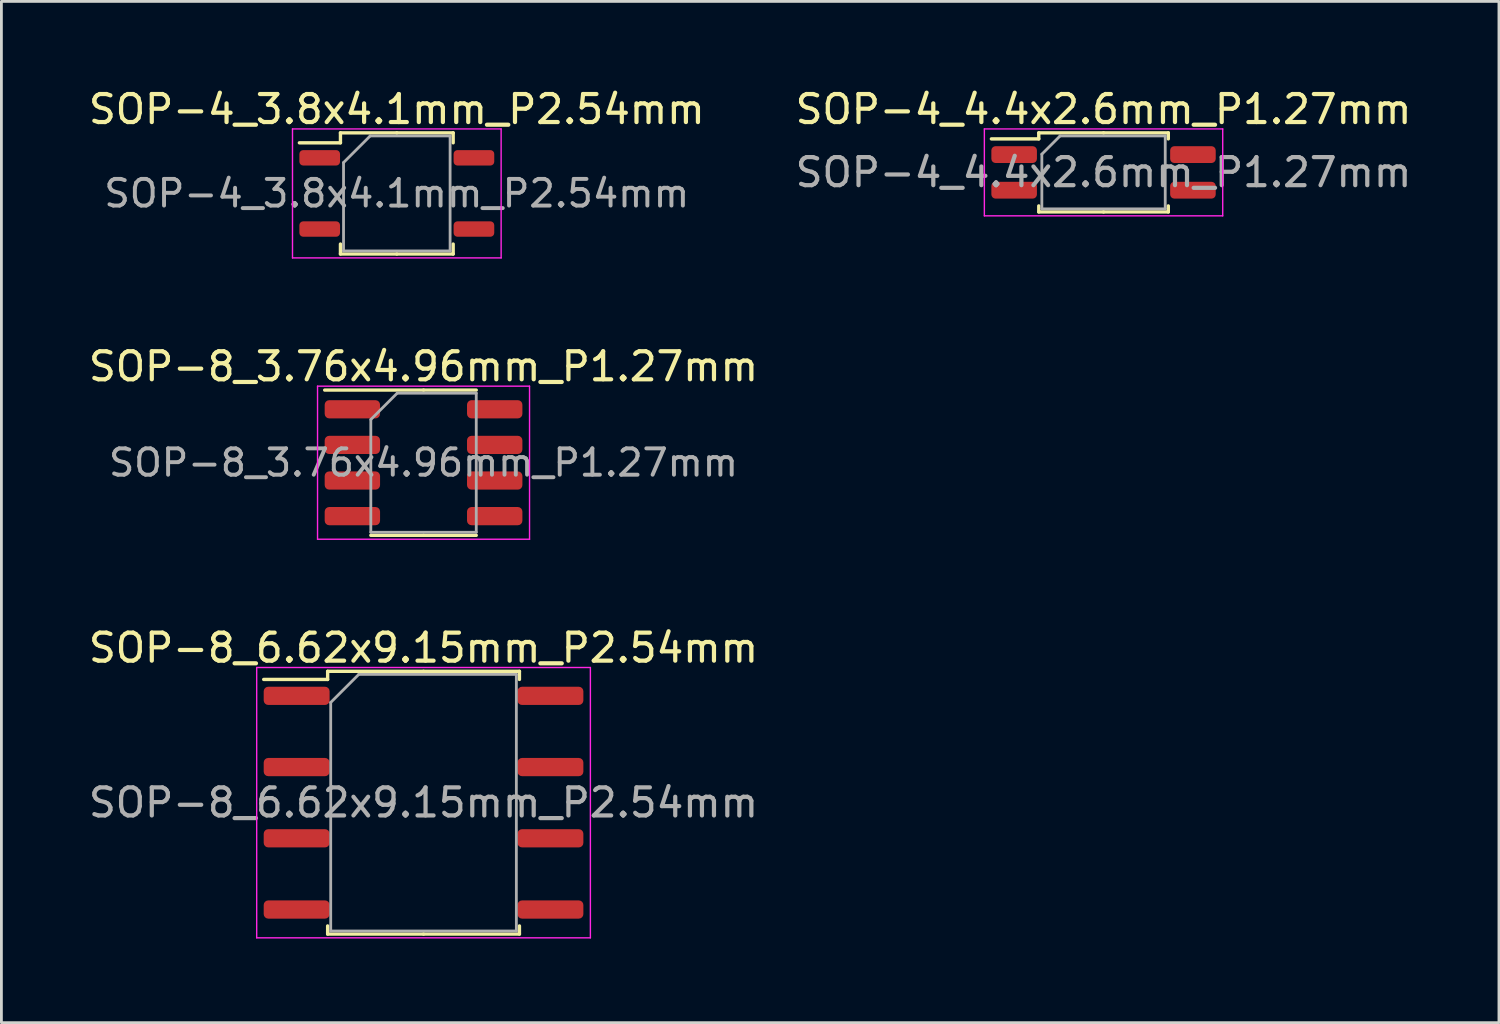
<source format=kicad_pcb>
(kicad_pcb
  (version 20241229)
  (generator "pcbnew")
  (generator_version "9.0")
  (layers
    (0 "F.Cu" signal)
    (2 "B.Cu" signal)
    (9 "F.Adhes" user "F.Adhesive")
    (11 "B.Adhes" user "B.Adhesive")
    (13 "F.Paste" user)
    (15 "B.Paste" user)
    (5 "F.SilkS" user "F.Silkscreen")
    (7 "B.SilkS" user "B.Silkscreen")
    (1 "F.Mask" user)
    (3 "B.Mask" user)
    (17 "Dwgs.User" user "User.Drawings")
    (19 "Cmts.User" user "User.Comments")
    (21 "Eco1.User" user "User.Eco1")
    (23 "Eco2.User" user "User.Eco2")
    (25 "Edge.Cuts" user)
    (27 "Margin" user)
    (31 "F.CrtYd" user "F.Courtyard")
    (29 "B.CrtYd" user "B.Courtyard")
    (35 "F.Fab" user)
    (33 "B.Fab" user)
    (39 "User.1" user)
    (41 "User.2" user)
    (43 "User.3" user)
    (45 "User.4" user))
  (footprint "SOP-8_3.76x4.96mm_P1.27mm"
    (layer "F.Cu")
    (at 12.054 13.451)
    (property "Reference" "SOP-8_3.76x4.96mm_P1.27mm" (at 0 -3.43 0) (layer "F.SilkS") (effects (font (size 1 1) (thickness 0.15))))
    (attr smd)
    (fp_line (start 0 -2.59) (end -3.525 -2.59) (stroke (width 0.12) (type solid)) (layer "F.SilkS"))
    (fp_line (start 0 -2.59) (end 1.88 -2.59) (stroke (width 0.12) (type solid)) (layer "F.SilkS"))
    (fp_line (start 0 2.59) (end -1.88 2.59) (stroke (width 0.12) (type solid)) (layer "F.SilkS"))
    (fp_line (start 0 2.59) (end 1.88 2.59) (stroke (width 0.12) (type solid)) (layer "F.SilkS"))
    (fp_line (start -3.78 -2.73) (end -3.78 2.73) (stroke (width 0.05) (type solid)) (layer "F.CrtYd"))
    (fp_line (start -3.78 2.73) (end 3.78 2.73) (stroke (width 0.05) (type solid)) (layer "F.CrtYd"))
    (fp_line (start 3.78 -2.73) (end -3.78 -2.73) (stroke (width 0.05) (type solid)) (layer "F.CrtYd"))
    (fp_line (start 3.78 2.73) (end 3.78 -2.73) (stroke (width 0.05) (type solid)) (layer "F.CrtYd"))
    (fp_line (start -1.88 -1.54) (end -0.94 -2.48) (stroke (width 0.1) (type solid)) (layer "F.Fab"))
    (fp_line (start -1.88 2.48) (end -1.88 -1.54) (stroke (width 0.1) (type solid)) (layer "F.Fab"))
    (fp_line (start -0.94 -2.48) (end 1.88 -2.48) (stroke (width 0.1) (type solid)) (layer "F.Fab"))
    (fp_line (start 1.88 -2.48) (end 1.88 2.48) (stroke (width 0.1) (type solid)) (layer "F.Fab"))
    (fp_line (start 1.88 2.48) (end -1.88 2.48) (stroke (width 0.1) (type solid)) (layer "F.Fab"))
    (fp_text user "${REFERENCE}" (at 0 0 0) (layer "F.Fab") (effects (font (size 0.94 0.94) (thickness 0.14))))
    (pad "1" smd roundrect (at -2.538 -1.905) (size 1.975 0.65) (layers "F.Cu" "F.Mask" "F.Paste") (roundrect_rratio 0.25))
    (pad "2" smd roundrect (at -2.538 -0.635) (size 1.975 0.65) (layers "F.Cu" "F.Mask" "F.Paste") (roundrect_rratio 0.25))
    (pad "3" smd roundrect (at -2.538 0.635) (size 1.975 0.65) (layers "F.Cu" "F.Mask" "F.Paste") (roundrect_rratio 0.25))
    (pad "4" smd roundrect (at -2.538 1.905) (size 1.975 0.65) (layers "F.Cu" "F.Mask" "F.Paste") (roundrect_rratio 0.25))
    (pad "5" smd roundrect (at 2.538 1.905) (size 1.975 0.65) (layers "F.Cu" "F.Mask" "F.Paste") (roundrect_rratio 0.25))
    (pad "6" smd roundrect (at 2.538 0.635) (size 1.975 0.65) (layers "F.Cu" "F.Mask" "F.Paste") (roundrect_rratio 0.25))
    (pad "7" smd roundrect (at 2.538 -0.635) (size 1.975 0.65) (layers "F.Cu" "F.Mask" "F.Paste") (roundrect_rratio 0.25))
    (pad "8" smd roundrect (at 2.538 -1.905) (size 1.975 0.65) (layers "F.Cu" "F.Mask" "F.Paste") (roundrect_rratio 0.25)))
  (footprint "SOP-8_6.62x9.15mm_P2.54mm"
    (layer "F.Cu")
    (at 12.054 25.575)
    (property "Reference" "SOP-8_6.62x9.15mm_P2.54mm" (at 0 -5.52 0) (layer "F.SilkS") (effects (font (size 1 1) (thickness 0.15))))
    (attr smd)
    (fp_line (start -3.42 -4.685) (end -3.42 -4.395) (stroke (width 0.12) (type solid)) (layer "F.SilkS"))
    (fp_line (start -3.42 -4.395) (end -5.7 -4.395) (stroke (width 0.12) (type solid)) (layer "F.SilkS"))
    (fp_line (start -3.42 4.685) (end -3.42 4.395) (stroke (width 0.12) (type solid)) (layer "F.SilkS"))
    (fp_line (start 0 -4.685) (end -3.42 -4.685) (stroke (width 0.12) (type solid)) (layer "F.SilkS"))
    (fp_line (start 0 -4.685) (end 3.42 -4.685) (stroke (width 0.12) (type solid)) (layer "F.SilkS"))
    (fp_line (start 0 4.685) (end -3.42 4.685) (stroke (width 0.12) (type solid)) (layer "F.SilkS"))
    (fp_line (start 0 4.685) (end 3.42 4.685) (stroke (width 0.12) (type solid)) (layer "F.SilkS"))
    (fp_line (start 3.42 -4.685) (end 3.42 -4.395) (stroke (width 0.12) (type solid)) (layer "F.SilkS"))
    (fp_line (start 3.42 4.685) (end 3.42 4.395) (stroke (width 0.12) (type solid)) (layer "F.SilkS"))
    (fp_line (start -5.95 -4.82) (end -5.95 4.82) (stroke (width 0.05) (type solid)) (layer "F.CrtYd"))
    (fp_line (start -5.95 4.82) (end 5.95 4.82) (stroke (width 0.05) (type solid)) (layer "F.CrtYd"))
    (fp_line (start 5.95 -4.82) (end -5.95 -4.82) (stroke (width 0.05) (type solid)) (layer "F.CrtYd"))
    (fp_line (start 5.95 4.82) (end 5.95 -4.82) (stroke (width 0.05) (type solid)) (layer "F.CrtYd"))
    (fp_line (start -3.31 -3.575) (end -2.31 -4.575) (stroke (width 0.1) (type solid)) (layer "F.Fab"))
    (fp_line (start -3.31 4.575) (end -3.31 -3.575) (stroke (width 0.1) (type solid)) (layer "F.Fab"))
    (fp_line (start -2.31 -4.575) (end 3.31 -4.575) (stroke (width 0.1) (type solid)) (layer "F.Fab"))
    (fp_line (start 3.31 -4.575) (end 3.31 4.575) (stroke (width 0.1) (type solid)) (layer "F.Fab"))
    (fp_line (start 3.31 4.575) (end -3.31 4.575) (stroke (width 0.1) (type solid)) (layer "F.Fab"))
    (fp_text user "${REFERENCE}" (at 0 0 0) (layer "F.Fab") (effects (font (size 1 1) (thickness 0.15))))
    (pad "1" smd roundrect (at -4.525 -3.81) (size 2.35 0.65) (layers "F.Cu" "F.Mask" "F.Paste") (roundrect_rratio 0.25))
    (pad "2" smd roundrect (at -4.525 -1.27) (size 2.35 0.65) (layers "F.Cu" "F.Mask" "F.Paste") (roundrect_rratio 0.25))
    (pad "3" smd roundrect (at -4.525 1.27) (size 2.35 0.65) (layers "F.Cu" "F.Mask" "F.Paste") (roundrect_rratio 0.25))
    (pad "4" smd roundrect (at -4.525 3.81) (size 2.35 0.65) (layers "F.Cu" "F.Mask" "F.Paste") (roundrect_rratio 0.25))
    (pad "5" smd roundrect (at 4.525 3.81) (size 2.35 0.65) (layers "F.Cu" "F.Mask" "F.Paste") (roundrect_rratio 0.25))
    (pad "6" smd roundrect (at 4.525 1.27) (size 2.35 0.65) (layers "F.Cu" "F.Mask" "F.Paste") (roundrect_rratio 0.25))
    (pad "7" smd roundrect (at 4.525 -1.27) (size 2.35 0.65) (layers "F.Cu" "F.Mask" "F.Paste") (roundrect_rratio 0.25))
    (pad "8" smd roundrect (at 4.525 -3.81) (size 2.35 0.65) (layers "F.Cu" "F.Mask" "F.Paste") (roundrect_rratio 0.25)))
  (footprint "SOP-4_3.8x4.1mm_P2.54mm"
    (layer "F.Cu")
    (at 11.101 3.848)
    (property "Reference" "SOP-4_3.8x4.1mm_P2.54mm" (at 0 -3 0) (layer "F.SilkS") (effects (font (size 1 1) (thickness 0.15))))
    (attr smd)
    (fp_line (start -2.01 -2.16) (end -2.01 -1.805) (stroke (width 0.12) (type solid)) (layer "F.SilkS"))
    (fp_line (start -2.01 -1.805) (end -3.475 -1.805) (stroke (width 0.12) (type solid)) (layer "F.SilkS"))
    (fp_line (start -2.01 2.16) (end -2.01 1.805) (stroke (width 0.12) (type solid)) (layer "F.SilkS"))
    (fp_line (start 0 -2.16) (end -2.01 -2.16) (stroke (width 0.12) (type solid)) (layer "F.SilkS"))
    (fp_line (start 0 -2.16) (end 2.01 -2.16) (stroke (width 0.12) (type solid)) (layer "F.SilkS"))
    (fp_line (start 0 2.16) (end -2.01 2.16) (stroke (width 0.12) (type solid)) (layer "F.SilkS"))
    (fp_line (start 0 2.16) (end 2.01 2.16) (stroke (width 0.12) (type solid)) (layer "F.SilkS"))
    (fp_line (start 2.01 -2.16) (end 2.01 -1.805) (stroke (width 0.12) (type solid)) (layer "F.SilkS"))
    (fp_line (start 2.01 2.16) (end 2.01 1.805) (stroke (width 0.12) (type solid)) (layer "F.SilkS"))
    (fp_line (start -3.72 -2.3) (end -3.72 2.3) (stroke (width 0.05) (type solid)) (layer "F.CrtYd"))
    (fp_line (start -3.72 2.3) (end 3.72 2.3) (stroke (width 0.05) (type solid)) (layer "F.CrtYd"))
    (fp_line (start 3.72 -2.3) (end -3.72 -2.3) (stroke (width 0.05) (type solid)) (layer "F.CrtYd"))
    (fp_line (start 3.72 2.3) (end 3.72 -2.3) (stroke (width 0.05) (type solid)) (layer "F.CrtYd"))
    (fp_line (start -1.9 -1.1) (end -0.95 -2.05) (stroke (width 0.1) (type solid)) (layer "F.Fab"))
    (fp_line (start -1.9 2.05) (end -1.9 -1.1) (stroke (width 0.1) (type solid)) (layer "F.Fab"))
    (fp_line (start -0.95 -2.05) (end 1.9 -2.05) (stroke (width 0.1) (type solid)) (layer "F.Fab"))
    (fp_line (start 1.9 -2.05) (end 1.9 2.05) (stroke (width 0.1) (type solid)) (layer "F.Fab"))
    (fp_line (start 1.9 2.05) (end -1.9 2.05) (stroke (width 0.1) (type solid)) (layer "F.Fab"))
    (fp_text user "${REFERENCE}" (at 0 0 0) (layer "F.Fab") (effects (font (size 0.95 0.95) (thickness 0.14))))
    (pad "1" smd roundrect (at -2.75 -1.27) (size 1.45 0.55) (layers "F.Cu" "F.Mask" "F.Paste") (roundrect_rratio 0.25))
    (pad "2" smd roundrect (at -2.75 1.27) (size 1.45 0.55) (layers "F.Cu" "F.Mask" "F.Paste") (roundrect_rratio 0.25))
    (pad "3" smd roundrect (at 2.75 1.27) (size 1.45 0.55) (layers "F.Cu" "F.Mask" "F.Paste") (roundrect_rratio 0.25))
    (pad "4" smd roundrect (at 2.75 -1.27) (size 1.45 0.55) (layers "F.Cu" "F.Mask" "F.Paste") (roundrect_rratio 0.25)))
  (footprint "SOP-4_4.4x2.6mm_P1.27mm"
    (layer "F.Cu")
    (at 36.304 3.098)
    (property "Reference" "SOP-4_4.4x2.6mm_P1.27mm" (at 0 -2.25 0) (layer "F.SilkS") (effects (font (size 1 1) (thickness 0.15))))
    (attr smd)
    (fp_line (start -2.31 -1.41) (end -2.31 -1.195) (stroke (width 0.12) (type solid)) (layer "F.SilkS"))
    (fp_line (start -2.31 -1.195) (end -4 -1.195) (stroke (width 0.12) (type solid)) (layer "F.SilkS"))
    (fp_line (start -2.31 1.41) (end -2.31 1.195) (stroke (width 0.12) (type solid)) (layer "F.SilkS"))
    (fp_line (start 0 -1.41) (end -2.31 -1.41) (stroke (width 0.12) (type solid)) (layer "F.SilkS"))
    (fp_line (start 0 -1.41) (end 2.31 -1.41) (stroke (width 0.12) (type solid)) (layer "F.SilkS"))
    (fp_line (start 0 1.41) (end -2.31 1.41) (stroke (width 0.12) (type solid)) (layer "F.SilkS"))
    (fp_line (start 0 1.41) (end 2.31 1.41) (stroke (width 0.12) (type solid)) (layer "F.SilkS"))
    (fp_line (start 2.31 -1.41) (end 2.31 -1.195) (stroke (width 0.12) (type solid)) (layer "F.SilkS"))
    (fp_line (start 2.31 1.41) (end 2.31 1.195) (stroke (width 0.12) (type solid)) (layer "F.SilkS"))
    (fp_line (start -4.25 -1.55) (end -4.25 1.55) (stroke (width 0.05) (type solid)) (layer "F.CrtYd"))
    (fp_line (start -4.25 1.55) (end 4.25 1.55) (stroke (width 0.05) (type solid)) (layer "F.CrtYd"))
    (fp_line (start 4.25 -1.55) (end -4.25 -1.55) (stroke (width 0.05) (type solid)) (layer "F.CrtYd"))
    (fp_line (start 4.25 1.55) (end 4.25 -1.55) (stroke (width 0.05) (type solid)) (layer "F.CrtYd"))
    (fp_line (start -2.2 -0.65) (end -1.55 -1.3) (stroke (width 0.1) (type solid)) (layer "F.Fab"))
    (fp_line (start -2.2 1.3) (end -2.2 -0.65) (stroke (width 0.1) (type solid)) (layer "F.Fab"))
    (fp_line (start -1.55 -1.3) (end 2.2 -1.3) (stroke (width 0.1) (type solid)) (layer "F.Fab"))
    (fp_line (start 2.2 -1.3) (end 2.2 1.3) (stroke (width 0.1) (type solid)) (layer "F.Fab"))
    (fp_line (start 2.2 1.3) (end -2.2 1.3) (stroke (width 0.1) (type solid)) (layer "F.Fab"))
    (fp_text user "${REFERENCE}" (at 0 0 0) (layer "F.Fab") (effects (font (size 1 1) (thickness 0.15))))
    (pad "1" smd roundrect (at -3.188 -0.635) (size 1.625 0.6) (layers "F.Cu" "F.Mask" "F.Paste") (roundrect_rratio 0.25))
    (pad "2" smd roundrect (at -3.188 0.635) (size 1.625 0.6) (layers "F.Cu" "F.Mask" "F.Paste") (roundrect_rratio 0.25))
    (pad "3" smd roundrect (at 3.188 0.635) (size 1.625 0.6) (layers "F.Cu" "F.Mask" "F.Paste") (roundrect_rratio 0.25))
    (pad "4" smd roundrect (at 3.188 -0.635) (size 1.625 0.6) (layers "F.Cu" "F.Mask" "F.Paste") (roundrect_rratio 0.25)))
  (gr_rect
    (start -3 -3)
    (end 50.405 33.42)
    (stroke (width 0.1) (type default))
    (fill no)
    (layer "Edge.Cuts")))
</source>
